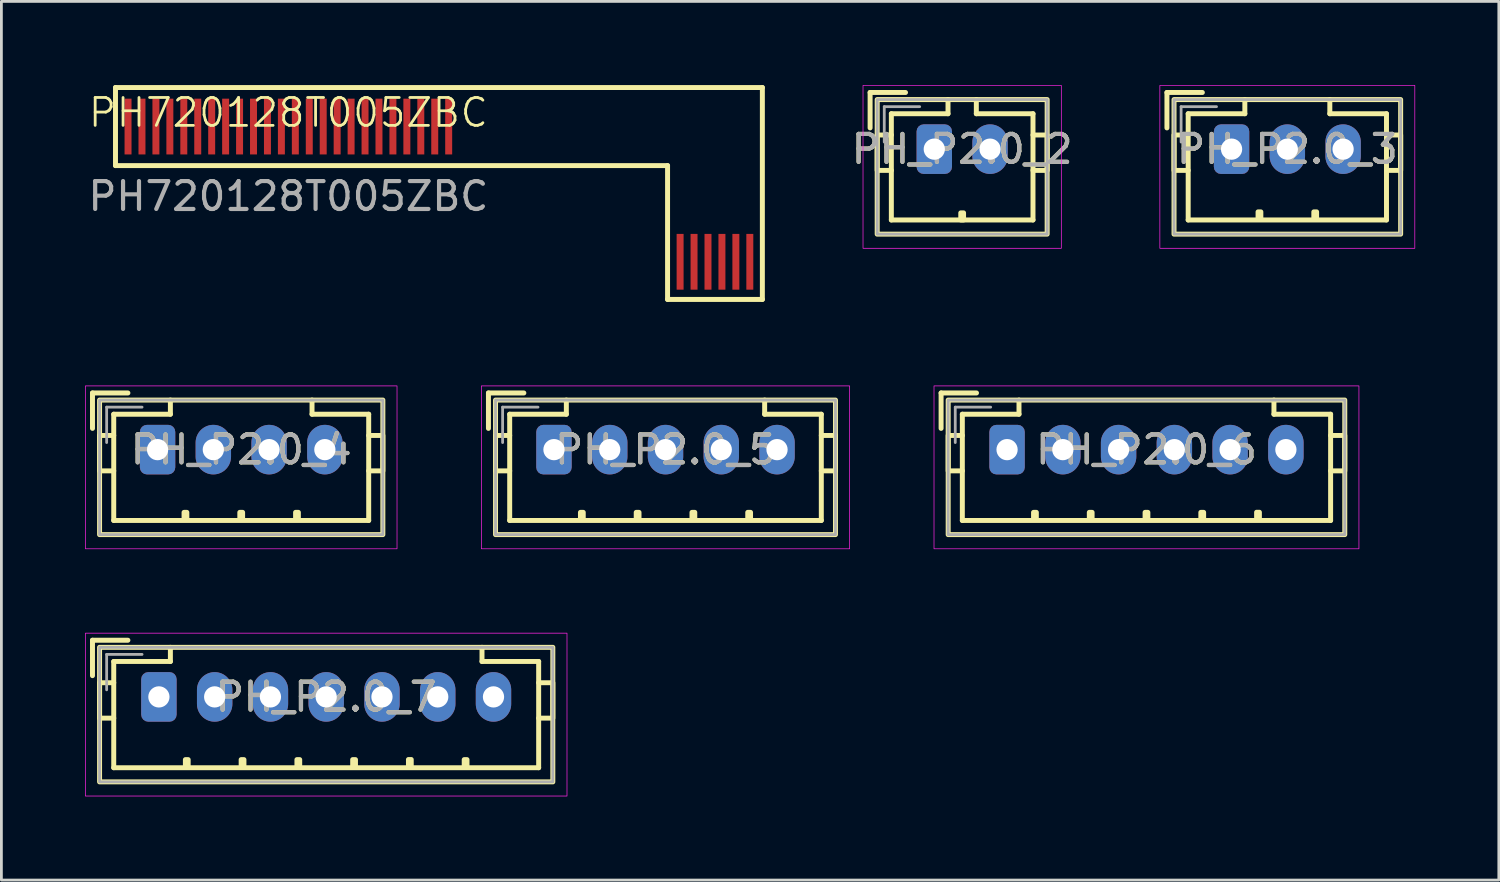
<source format=kicad_pcb>
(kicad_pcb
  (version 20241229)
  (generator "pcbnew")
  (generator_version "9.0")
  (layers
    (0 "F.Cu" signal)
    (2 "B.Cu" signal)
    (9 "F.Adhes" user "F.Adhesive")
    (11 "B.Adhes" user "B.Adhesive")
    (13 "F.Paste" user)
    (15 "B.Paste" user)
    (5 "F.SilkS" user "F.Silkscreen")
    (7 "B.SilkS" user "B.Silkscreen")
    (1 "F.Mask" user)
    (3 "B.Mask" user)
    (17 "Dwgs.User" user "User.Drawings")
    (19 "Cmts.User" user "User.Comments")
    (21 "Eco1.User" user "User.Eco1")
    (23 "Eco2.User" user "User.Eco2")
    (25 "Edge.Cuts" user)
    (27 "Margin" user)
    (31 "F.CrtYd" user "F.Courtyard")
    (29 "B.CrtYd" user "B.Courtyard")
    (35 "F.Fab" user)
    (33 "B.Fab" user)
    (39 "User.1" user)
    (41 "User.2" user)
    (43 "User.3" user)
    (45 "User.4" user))
  (footprint "PH_P2.0_6"
    (layer "F.Cu")
    (at 38.068 13.076)
    (property "Reference" "PH_P2.0_6" (at 0 0 0) (layer "F.SilkS") (effects (font (size 1 1) (thickness 0.15))))
    (attr through_hole)
    (fp_line (start -7.366 -2.032) (end -7.366 -0.762) (stroke (width 0.178) (type solid)) (layer "F.SilkS"))
    (fp_line (start -7.366 -2.032) (end -6.096 -2.032) (stroke (width 0.178) (type solid)) (layer "F.SilkS"))
    (fp_line (start -6.604 -1.27) (end -6.604 -0.508) (stroke (width 0.178) (type solid)) (layer "F.SilkS"))
    (fp_line (start -6.604 0.762) (end -6.604 2.54) (stroke (width 0.178) (type solid)) (layer "F.SilkS"))
    (fp_line (start -4.572 -1.778) (end -4.572 -1.27) (stroke (width 0.178) (type solid)) (layer "F.SilkS"))
    (fp_line (start -4.572 -1.27) (end -6.604 -1.27) (stroke (width 0.178) (type solid)) (layer "F.SilkS"))
    (fp_line (start 4.572 -1.778) (end 4.572 -1.27) (stroke (width 0.178) (type solid)) (layer "F.SilkS"))
    (fp_line (start 4.572 -1.27) (end 6.604 -1.27) (stroke (width 0.178) (type solid)) (layer "F.SilkS"))
    (fp_line (start 6.604 -1.27) (end 6.604 -0.508) (stroke (width 0.178) (type solid)) (layer "F.SilkS"))
    (fp_line (start 6.604 0.762) (end 6.604 2.54) (stroke (width 0.178) (type solid)) (layer "F.SilkS"))
    (fp_line (start 6.604 2.54) (end -6.604 2.54) (stroke (width 0.178) (type solid)) (layer "F.SilkS"))
    (fp_rect (start -7.112 -1.778) (end 7.112 3.048) (stroke (width 0.178) (type solid)) (fill no) (layer "F.SilkS"))
    (fp_rect (start -7.112 -0.508) (end -6.604 0.762) (stroke (width 0.178) (type solid)) (fill no) (layer "F.SilkS"))
    (fp_rect (start -4.05 2.25) (end -3.95 2.504) (stroke (width 0.178) (type solid)) (fill no) (layer "F.SilkS"))
    (fp_rect (start -2.05 2.25) (end -1.95 2.504) (stroke (width 0.178) (type solid)) (fill no) (layer "F.SilkS"))
    (fp_rect (start -0.05 2.25) (end 0.05 2.504) (stroke (width 0.178) (type solid)) (fill no) (layer "F.SilkS"))
    (fp_rect (start 1.95 2.25) (end 2.05 2.504) (stroke (width 0.178) (type solid)) (fill no) (layer "F.SilkS"))
    (fp_rect (start 3.95 2.246) (end 4.05 2.5) (stroke (width 0.178) (type solid)) (fill no) (layer "F.SilkS"))
    (fp_rect (start 6.604 -0.508) (end 7.112 0.762) (stroke (width 0.178) (type solid)) (fill no) (layer "F.SilkS"))
    (fp_rect (start -7.62 -2.286) (end 7.62 3.556) (stroke (width 0.025) (type solid)) (fill no) (layer "F.CrtYd"))
    (fp_line (start -6.858 -1.524) (end -6.858 -0.254) (stroke (width 0.1) (type solid)) (layer "F.Fab"))
    (fp_line (start -5.588 -1.524) (end -6.858 -1.524) (stroke (width 0.1) (type solid)) (layer "F.Fab"))
    (fp_rect (start -7.112 -1.778) (end 7.112 3.048) (stroke (width 0.1) (type solid)) (fill no) (layer "F.Fab"))
    (fp_text user "${REFERENCE}" (at 0 0 0) (layer "F.Fab") (effects (font (size 1 1) (thickness 0.15))))
    (pad "1" thru_hole roundrect (at -5 0) (size 1.27 1.778) (drill 0.762) (layers "*.Cu" "*.Mask") (roundrect_rratio 0.2))
    (pad "2" thru_hole oval (at -3 0) (size 1.27 1.778) (drill 0.762) (layers "*.Cu" "*.Mask"))
    (pad "3" thru_hole oval (at -1 0) (size 1.27 1.778) (drill 0.762) (layers "*.Cu" "*.Mask"))
    (pad "4" thru_hole oval (at 1 0) (size 1.27 1.778) (drill 0.762) (layers "*.Cu" "*.Mask"))
    (pad "5" thru_hole oval (at 3 0) (size 1.27 1.778) (drill 0.762) (layers "*.Cu" "*.Mask"))
    (pad "6" thru_hole oval (at 5 0) (size 1.27 1.778) (drill 0.762) (layers "*.Cu" "*.Mask")))
  (footprint "PH_P2.0_3"
    (layer "F.Cu")
    (at 43.12 2.299)
    (property "Reference" "PH_P2.0_3" (at 0 0 0) (layer "F.SilkS") (effects (font (size 1 1) (thickness 0.15))))
    (attr through_hole)
    (fp_line (start -4.318 -2.032) (end -4.318 -0.762) (stroke (width 0.178) (type solid)) (layer "F.SilkS"))
    (fp_line (start -4.318 -2.032) (end -3.048 -2.032) (stroke (width 0.178) (type solid)) (layer "F.SilkS"))
    (fp_line (start -3.556 -1.27) (end -3.556 -0.508) (stroke (width 0.178) (type solid)) (layer "F.SilkS"))
    (fp_line (start -3.556 0.762) (end -3.556 2.54) (stroke (width 0.178) (type solid)) (layer "F.SilkS"))
    (fp_line (start -1.524 -1.778) (end -1.524 -1.27) (stroke (width 0.178) (type solid)) (layer "F.SilkS"))
    (fp_line (start -1.524 -1.27) (end -3.556 -1.27) (stroke (width 0.178) (type solid)) (layer "F.SilkS"))
    (fp_line (start 1.524 -1.778) (end 1.524 -1.27) (stroke (width 0.178) (type solid)) (layer "F.SilkS"))
    (fp_line (start 1.524 -1.27) (end 3.556 -1.27) (stroke (width 0.178) (type solid)) (layer "F.SilkS"))
    (fp_line (start 3.556 -1.27) (end 3.556 -0.508) (stroke (width 0.178) (type solid)) (layer "F.SilkS"))
    (fp_line (start 3.556 0.762) (end 3.556 2.54) (stroke (width 0.178) (type solid)) (layer "F.SilkS"))
    (fp_line (start 3.556 2.54) (end -3.556 2.54) (stroke (width 0.178) (type solid)) (layer "F.SilkS"))
    (fp_rect (start -4.064 -1.778) (end 4.064 3.048) (stroke (width 0.178) (type solid)) (fill no) (layer "F.SilkS"))
    (fp_rect (start -4.064 -0.508) (end -3.556 0.762) (stroke (width 0.178) (type solid)) (fill no) (layer "F.SilkS"))
    (fp_rect (start -1.05 2.25) (end -0.95 2.504) (stroke (width 0.178) (type solid)) (fill no) (layer "F.SilkS"))
    (fp_rect (start 0.95 2.25) (end 1.05 2.504) (stroke (width 0.178) (type solid)) (fill no) (layer "F.SilkS"))
    (fp_rect (start 3.556 -0.508) (end 4.064 0.762) (stroke (width 0.178) (type solid)) (fill no) (layer "F.SilkS"))
    (fp_rect (start -4.572 -2.286) (end 4.572 3.556) (stroke (width 0.025) (type solid)) (fill no) (layer "F.CrtYd"))
    (fp_line (start -3.81 -1.524) (end -3.81 -0.254) (stroke (width 0.1) (type solid)) (layer "F.Fab"))
    (fp_line (start -2.54 -1.524) (end -3.81 -1.524) (stroke (width 0.1) (type solid)) (layer "F.Fab"))
    (fp_rect (start -4.064 -1.778) (end 4.064 3.048) (stroke (width 0.1) (type solid)) (fill no) (layer "F.Fab"))
    (fp_text user "${REFERENCE}" (at 0 0 0) (layer "F.Fab") (effects (font (size 1 1) (thickness 0.15))))
    (pad "1" thru_hole roundrect (at -2 0) (size 1.27 1.778) (drill 0.762) (layers "*.Cu" "*.Mask") (roundrect_rratio 0.2))
    (pad "2" thru_hole oval (at 0 0) (size 1.27 1.778) (drill 0.762) (layers "*.Cu" "*.Mask"))
    (pad "3" thru_hole oval (at 2 0) (size 1.27 1.778) (drill 0.762) (layers "*.Cu" "*.Mask")))
  (footprint "PH720128T005ZBC"
    (layer "F.Cu")
    (at 7.292 1.489)
    (property "Reference" "PH720128T005ZBC" (at 0 -0.5 0) (unlocked yes) (layer "F.SilkS") (effects (font (size 1 1) (thickness 0.1))))
    (attr smd)
    (fp_line (start -6.2 -1.4) (end -6.2 1.4) (stroke (width 0.178) (type solid)) (layer "F.SilkS"))
    (fp_line (start -6.2 1.4) (end 13.6 1.4) (stroke (width 0.178) (type solid)) (layer "F.SilkS"))
    (fp_line (start 13.6 1.4) (end 13.6 6.2) (stroke (width 0.178) (type solid)) (layer "F.SilkS"))
    (fp_line (start 13.6 6.2) (end 17 6.2) (stroke (width 0.178) (type solid)) (layer "F.SilkS"))
    (fp_line (start 17 -1.4) (end -6.2 -1.4) (stroke (width 0.178) (type solid)) (layer "F.SilkS"))
    (fp_line (start 17 6.2) (end 17 -1.4) (stroke (width 0.178) (type solid)) (layer "F.SilkS"))
    (fp_text user "${REFERENCE}" (at 0 2.5 0) (unlocked yes) (layer "F.Fab") (effects (font (size 1 1) (thickness 0.15))))
    (pad "A1" smd rect (at -5.75 0) (size 0.25 2) (layers "F.Cu" "F.Mask" "F.Paste"))
    (pad "A2" smd rect (at -5.25 0) (size 0.25 2) (layers "F.Cu" "F.Mask" "F.Paste"))
    (pad "A3" smd rect (at -4.75 0) (size 0.25 2) (layers "F.Cu" "F.Mask" "F.Paste"))
    (pad "A4" smd rect (at -4.25 0) (size 0.25 2) (layers "F.Cu" "F.Mask" "F.Paste"))
    (pad "A5" smd rect (at -3.75 0) (size 0.25 2) (layers "F.Cu" "F.Mask" "F.Paste"))
    (pad "A6" smd rect (at -3.25 0) (size 0.25 2) (layers "F.Cu" "F.Mask" "F.Paste"))
    (pad "A7" smd rect (at -2.75 0) (size 0.25 2) (layers "F.Cu" "F.Mask" "F.Paste"))
    (pad "A8" smd rect (at -2.25 0) (size 0.25 2) (layers "F.Cu" "F.Mask" "F.Paste"))
    (pad "A9" smd rect (at -1.75 0) (size 0.25 2) (layers "F.Cu" "F.Mask" "F.Paste"))
    (pad "A10" smd rect (at -1.25 0) (size 0.25 2) (layers "F.Cu" "F.Mask" "F.Paste"))
    (pad "A11" smd rect (at -0.75 0) (size 0.25 2) (layers "F.Cu" "F.Mask" "F.Paste"))
    (pad "A12" smd rect (at -0.25 0) (size 0.25 2) (layers "F.Cu" "F.Mask" "F.Paste"))
    (pad "A13" smd rect (at 0.25 0) (size 0.25 2) (layers "F.Cu" "F.Mask" "F.Paste"))
    (pad "A14" smd rect (at 0.75 0) (size 0.25 2) (layers "F.Cu" "F.Mask" "F.Paste"))
    (pad "A15" smd rect (at 1.25 0) (size 0.25 2) (layers "F.Cu" "F.Mask" "F.Paste"))
    (pad "A16" smd rect (at 1.75 0) (size 0.25 2) (layers "F.Cu" "F.Mask" "F.Paste"))
    (pad "A17" smd rect (at 2.25 0) (size 0.25 2) (layers "F.Cu" "F.Mask" "F.Paste"))
    (pad "A18" smd rect (at 2.75 0) (size 0.25 2) (layers "F.Cu" "F.Mask" "F.Paste"))
    (pad "A19" smd rect (at 3.25 0) (size 0.25 2) (layers "F.Cu" "F.Mask" "F.Paste"))
    (pad "A20" smd rect (at 3.75 0) (size 0.25 2) (layers "F.Cu" "F.Mask" "F.Paste"))
    (pad "A21" smd rect (at 4.25 0) (size 0.25 2) (layers "F.Cu" "F.Mask" "F.Paste"))
    (pad "A22" smd rect (at 4.75 0) (size 0.25 2) (layers "F.Cu" "F.Mask" "F.Paste"))
    (pad "A23" smd rect (at 5.25 0) (size 0.25 2) (layers "F.Cu" "F.Mask" "F.Paste"))
    (pad "A24" smd rect (at 5.75 0) (size 0.25 2) (layers "F.Cu" "F.Mask" "F.Paste"))
    (pad "B1" smd rect (at 14.05 4.85) (size 0.25 2) (layers "F.Cu" "F.Mask" "F.Paste"))
    (pad "B2" smd rect (at 14.55 4.85) (size 0.25 2) (layers "F.Cu" "F.Mask" "F.Paste"))
    (pad "B3" smd rect (at 15.05 4.85) (size 0.25 2) (layers "F.Cu" "F.Mask" "F.Paste"))
    (pad "B4" smd rect (at 15.55 4.85) (size 0.25 2) (layers "F.Cu" "F.Mask" "F.Paste"))
    (pad "B5" smd rect (at 16.05 4.85) (size 0.25 2) (layers "F.Cu" "F.Mask" "F.Paste"))
    (pad "B6" smd rect (at 16.55 4.85) (size 0.25 2) (layers "F.Cu" "F.Mask" "F.Paste")))
  (footprint "PH_P2.0_2"
    (layer "F.Cu")
    (at 31.458 2.299)
    (property "Reference" "PH_P2.0_2" (at 0 0 0) (layer "F.SilkS") (effects (font (size 1 1) (thickness 0.15))))
    (attr through_hole)
    (fp_line (start -3.302 -2.032) (end -3.302 -0.762) (stroke (width 0.178) (type solid)) (layer "F.SilkS"))
    (fp_line (start -3.302 -2.032) (end -2.032 -2.032) (stroke (width 0.178) (type solid)) (layer "F.SilkS"))
    (fp_line (start -2.54 -1.27) (end -2.54 -0.508) (stroke (width 0.178) (type solid)) (layer "F.SilkS"))
    (fp_line (start -2.54 0.762) (end -2.54 2.54) (stroke (width 0.178) (type solid)) (layer "F.SilkS"))
    (fp_line (start -0.508 -1.778) (end -0.508 -1.27) (stroke (width 0.178) (type solid)) (layer "F.SilkS"))
    (fp_line (start -0.508 -1.27) (end -2.54 -1.27) (stroke (width 0.178) (type solid)) (layer "F.SilkS"))
    (fp_line (start 0.508 -1.778) (end 0.508 -1.27) (stroke (width 0.178) (type solid)) (layer "F.SilkS"))
    (fp_line (start 0.508 -1.27) (end 2.54 -1.27) (stroke (width 0.178) (type solid)) (layer "F.SilkS"))
    (fp_line (start 2.54 -1.27) (end 2.54 -0.508) (stroke (width 0.178) (type solid)) (layer "F.SilkS"))
    (fp_line (start 2.54 0.762) (end 2.54 2.54) (stroke (width 0.178) (type solid)) (layer "F.SilkS"))
    (fp_line (start 2.54 2.54) (end -2.54 2.54) (stroke (width 0.178) (type solid)) (layer "F.SilkS"))
    (fp_rect (start -3.048 -1.778) (end 3.048 3.048) (stroke (width 0.178) (type solid)) (fill no) (layer "F.SilkS"))
    (fp_rect (start -3.048 -0.508) (end -2.54 0.762) (stroke (width 0.178) (type solid)) (fill no) (layer "F.SilkS"))
    (fp_rect (start -0.05 2.286) (end 0.05 2.54) (stroke (width 0.178) (type solid)) (fill no) (layer "F.SilkS"))
    (fp_rect (start 2.54 -0.508) (end 3.048 0.762) (stroke (width 0.178) (type solid)) (fill no) (layer "F.SilkS"))
    (fp_rect (start -3.556 -2.286) (end 3.556 3.556) (stroke (width 0.025) (type solid)) (fill no) (layer "F.CrtYd"))
    (fp_line (start -2.794 -1.524) (end -2.794 -0.254) (stroke (width 0.1) (type solid)) (layer "F.Fab"))
    (fp_line (start -1.524 -1.524) (end -2.794 -1.524) (stroke (width 0.1) (type solid)) (layer "F.Fab"))
    (fp_rect (start -3.048 -1.778) (end 3.048 3.048) (stroke (width 0.1) (type solid)) (fill no) (layer "F.Fab"))
    (fp_text user "${REFERENCE}" (at 0 0 0) (layer "F.Fab") (effects (font (size 1 1) (thickness 0.15))))
    (pad "1" thru_hole roundrect (at -1 0) (size 1.27 1.778) (drill 0.762) (layers "*.Cu" "*.Mask") (roundrect_rratio 0.2))
    (pad "2" thru_hole oval (at 1 0) (size 1.27 1.778) (drill 0.762) (layers "*.Cu" "*.Mask")))
  (footprint "PH_P2.0_4"
    (layer "F.Cu")
    (at 5.601 13.076)
    (property "Reference" "PH_P2.0_4" (at 0 0 0) (layer "F.SilkS") (effects (font (size 1 1) (thickness 0.15))))
    (attr through_hole)
    (fp_line (start -5.334 -2.032) (end -5.334 -0.762) (stroke (width 0.178) (type solid)) (layer "F.SilkS"))
    (fp_line (start -5.334 -2.032) (end -4.064 -2.032) (stroke (width 0.178) (type solid)) (layer "F.SilkS"))
    (fp_line (start -4.572 -1.27) (end -4.572 -0.508) (stroke (width 0.178) (type solid)) (layer "F.SilkS"))
    (fp_line (start -4.572 0.762) (end -4.572 2.54) (stroke (width 0.178) (type solid)) (layer "F.SilkS"))
    (fp_line (start -2.54 -1.778) (end -2.54 -1.27) (stroke (width 0.178) (type solid)) (layer "F.SilkS"))
    (fp_line (start -2.54 -1.27) (end -4.572 -1.27) (stroke (width 0.178) (type solid)) (layer "F.SilkS"))
    (fp_line (start 2.54 -1.778) (end 2.54 -1.27) (stroke (width 0.178) (type solid)) (layer "F.SilkS"))
    (fp_line (start 2.54 -1.27) (end 4.572 -1.27) (stroke (width 0.178) (type solid)) (layer "F.SilkS"))
    (fp_line (start 4.572 -1.27) (end 4.572 -0.508) (stroke (width 0.178) (type solid)) (layer "F.SilkS"))
    (fp_line (start 4.572 0.762) (end 4.572 2.54) (stroke (width 0.178) (type solid)) (layer "F.SilkS"))
    (fp_line (start 4.572 2.54) (end -4.572 2.54) (stroke (width 0.178) (type solid)) (layer "F.SilkS"))
    (fp_rect (start -5.08 -1.778) (end 5.08 3.048) (stroke (width 0.178) (type solid)) (fill no) (layer "F.SilkS"))
    (fp_rect (start -5.08 -0.508) (end -4.572 0.762) (stroke (width 0.178) (type solid)) (fill no) (layer "F.SilkS"))
    (fp_rect (start -2.05 2.25) (end -1.95 2.504) (stroke (width 0.178) (type solid)) (fill no) (layer "F.SilkS"))
    (fp_rect (start -0.05 2.25) (end 0.05 2.504) (stroke (width 0.178) (type solid)) (fill no) (layer "F.SilkS"))
    (fp_rect (start 1.95 2.25) (end 2.05 2.504) (stroke (width 0.178) (type solid)) (fill no) (layer "F.SilkS"))
    (fp_rect (start 4.572 -0.508) (end 5.08 0.762) (stroke (width 0.178) (type solid)) (fill no) (layer "F.SilkS"))
    (fp_rect (start -5.588 -2.286) (end 5.588 3.556) (stroke (width 0.025) (type solid)) (fill no) (layer "F.CrtYd"))
    (fp_line (start -4.826 -1.524) (end -4.826 -0.254) (stroke (width 0.1) (type solid)) (layer "F.Fab"))
    (fp_line (start -3.556 -1.524) (end -4.826 -1.524) (stroke (width 0.1) (type solid)) (layer "F.Fab"))
    (fp_rect (start -5.08 -1.778) (end 5.08 3.048) (stroke (width 0.1) (type solid)) (fill no) (layer "F.Fab"))
    (fp_text user "${REFERENCE}" (at 0 0 0) (layer "F.Fab") (effects (font (size 1 1) (thickness 0.15))))
    (pad "1" thru_hole roundrect (at -3 0) (size 1.27 1.778) (drill 0.762) (layers "*.Cu" "*.Mask") (roundrect_rratio 0.2))
    (pad "2" thru_hole oval (at -1 0) (size 1.27 1.778) (drill 0.762) (layers "*.Cu" "*.Mask"))
    (pad "3" thru_hole oval (at 1 0) (size 1.27 1.778) (drill 0.762) (layers "*.Cu" "*.Mask"))
    (pad "4" thru_hole oval (at 3 0) (size 1.27 1.778) (drill 0.762) (layers "*.Cu" "*.Mask")))
  (footprint "PH_P2.0_7"
    (layer "F.Cu")
    (at 8.649 21.944)
    (property "Reference" "PH_P2.0_7" (at 0 0 0) (layer "F.SilkS") (effects (font (size 1 1) (thickness 0.15))))
    (attr through_hole)
    (fp_line (start -8.382 -2.032) (end -8.382 -0.762) (stroke (width 0.178) (type solid)) (layer "F.SilkS"))
    (fp_line (start -8.382 -2.032) (end -7.112 -2.032) (stroke (width 0.178) (type solid)) (layer "F.SilkS"))
    (fp_line (start -7.62 -1.27) (end -7.62 -0.508) (stroke (width 0.178) (type solid)) (layer "F.SilkS"))
    (fp_line (start -7.62 0.762) (end -7.62 2.54) (stroke (width 0.178) (type solid)) (layer "F.SilkS"))
    (fp_line (start -5.588 -1.778) (end -5.588 -1.27) (stroke (width 0.178) (type solid)) (layer "F.SilkS"))
    (fp_line (start -5.588 -1.27) (end -7.62 -1.27) (stroke (width 0.178) (type solid)) (layer "F.SilkS"))
    (fp_line (start 5.588 -1.778) (end 5.588 -1.27) (stroke (width 0.178) (type solid)) (layer "F.SilkS"))
    (fp_line (start 5.588 -1.27) (end 7.62 -1.27) (stroke (width 0.178) (type solid)) (layer "F.SilkS"))
    (fp_line (start 7.62 -1.27) (end 7.62 -0.508) (stroke (width 0.178) (type solid)) (layer "F.SilkS"))
    (fp_line (start 7.62 0.762) (end 7.62 2.54) (stroke (width 0.178) (type solid)) (layer "F.SilkS"))
    (fp_line (start 7.62 2.54) (end -7.62 2.54) (stroke (width 0.178) (type solid)) (layer "F.SilkS"))
    (fp_rect (start -8.128 -1.778) (end 8.128 3.048) (stroke (width 0.178) (type solid)) (fill no) (layer "F.SilkS"))
    (fp_rect (start -8.128 -0.508) (end -7.62 0.762) (stroke (width 0.178) (type solid)) (fill no) (layer "F.SilkS"))
    (fp_rect (start -5.05 2.25) (end -4.95 2.504) (stroke (width 0.178) (type solid)) (fill no) (layer "F.SilkS"))
    (fp_rect (start -3.05 2.25) (end -2.95 2.504) (stroke (width 0.178) (type solid)) (fill no) (layer "F.SilkS"))
    (fp_rect (start -1.05 2.25) (end -0.95 2.504) (stroke (width 0.178) (type solid)) (fill no) (layer "F.SilkS"))
    (fp_rect (start 0.95 2.25) (end 1.05 2.504) (stroke (width 0.178) (type solid)) (fill no) (layer "F.SilkS"))
    (fp_rect (start 2.95 2.246) (end 3.05 2.5) (stroke (width 0.178) (type solid)) (fill no) (layer "F.SilkS"))
    (fp_rect (start 4.95 2.25) (end 5.05 2.504) (stroke (width 0.178) (type solid)) (fill no) (layer "F.SilkS"))
    (fp_rect (start 7.62 -0.508) (end 8.128 0.762) (stroke (width 0.178) (type solid)) (fill no) (layer "F.SilkS"))
    (fp_rect (start -8.636 -2.286) (end 8.636 3.556) (stroke (width 0.025) (type solid)) (fill no) (layer "F.CrtYd"))
    (fp_line (start -7.874 -1.524) (end -7.874 -0.254) (stroke (width 0.1) (type solid)) (layer "F.Fab"))
    (fp_line (start -6.604 -1.524) (end -7.874 -1.524) (stroke (width 0.1) (type solid)) (layer "F.Fab"))
    (fp_rect (start -8.128 -1.778) (end 8.128 3.048) (stroke (width 0.1) (type solid)) (fill no) (layer "F.Fab"))
    (fp_text user "${REFERENCE}" (at 0 0 0) (layer "F.Fab") (effects (font (size 1 1) (thickness 0.15))))
    (pad "1" thru_hole roundrect (at -6 0) (size 1.27 1.778) (drill 0.762) (layers "*.Cu" "*.Mask") (roundrect_rratio 0.2))
    (pad "2" thru_hole oval (at -4 0) (size 1.27 1.778) (drill 0.762) (layers "*.Cu" "*.Mask"))
    (pad "3" thru_hole oval (at -2 0) (size 1.27 1.778) (drill 0.762) (layers "*.Cu" "*.Mask"))
    (pad "4" thru_hole oval (at 0 0) (size 1.27 1.778) (drill 0.762) (layers "*.Cu" "*.Mask"))
    (pad "5" thru_hole oval (at 2 0) (size 1.27 1.778) (drill 0.762) (layers "*.Cu" "*.Mask"))
    (pad "6" thru_hole oval (at 4 0) (size 1.27 1.778) (drill 0.762) (layers "*.Cu" "*.Mask"))
    (pad "7" thru_hole oval (at 6 0) (size 1.27 1.778) (drill 0.762) (layers "*.Cu" "*.Mask")))
  (footprint "PH_P2.0_5"
    (layer "F.Cu")
    (at 20.818 13.076)
    (property "Reference" "PH_P2.0_5" (at 0 0 0) (layer "F.SilkS") (effects (font (size 1 1) (thickness 0.15))))
    (attr through_hole)
    (fp_line (start -6.35 -2.032) (end -6.35 -0.762) (stroke (width 0.178) (type solid)) (layer "F.SilkS"))
    (fp_line (start -6.35 -2.032) (end -5.08 -2.032) (stroke (width 0.178) (type solid)) (layer "F.SilkS"))
    (fp_line (start -5.588 -1.27) (end -5.588 -0.508) (stroke (width 0.178) (type solid)) (layer "F.SilkS"))
    (fp_line (start -5.588 0.762) (end -5.588 2.54) (stroke (width 0.178) (type solid)) (layer "F.SilkS"))
    (fp_line (start -3.556 -1.778) (end -3.556 -1.27) (stroke (width 0.178) (type solid)) (layer "F.SilkS"))
    (fp_line (start -3.556 -1.27) (end -5.588 -1.27) (stroke (width 0.178) (type solid)) (layer "F.SilkS"))
    (fp_line (start 3.556 -1.778) (end 3.556 -1.27) (stroke (width 0.178) (type solid)) (layer "F.SilkS"))
    (fp_line (start 3.556 -1.27) (end 5.588 -1.27) (stroke (width 0.178) (type solid)) (layer "F.SilkS"))
    (fp_line (start 5.588 -1.27) (end 5.588 -0.508) (stroke (width 0.178) (type solid)) (layer "F.SilkS"))
    (fp_line (start 5.588 0.762) (end 5.588 2.54) (stroke (width 0.178) (type solid)) (layer "F.SilkS"))
    (fp_line (start 5.588 2.54) (end -5.588 2.54) (stroke (width 0.178) (type solid)) (layer "F.SilkS"))
    (fp_rect (start -6.096 -1.778) (end 6.096 3.048) (stroke (width 0.178) (type solid)) (fill no) (layer "F.SilkS"))
    (fp_rect (start -6.096 -0.508) (end -5.588 0.762) (stroke (width 0.178) (type solid)) (fill no) (layer "F.SilkS"))
    (fp_rect (start -3.05 2.25) (end -2.95 2.504) (stroke (width 0.178) (type solid)) (fill no) (layer "F.SilkS"))
    (fp_rect (start -1.05 2.25) (end -0.95 2.504) (stroke (width 0.178) (type solid)) (fill no) (layer "F.SilkS"))
    (fp_rect (start 0.95 2.25) (end 1.05 2.504) (stroke (width 0.178) (type solid)) (fill no) (layer "F.SilkS"))
    (fp_rect (start 2.95 2.25) (end 3.05 2.504) (stroke (width 0.178) (type solid)) (fill no) (layer "F.SilkS"))
    (fp_rect (start 5.588 -0.508) (end 6.096 0.762) (stroke (width 0.178) (type solid)) (fill no) (layer "F.SilkS"))
    (fp_rect (start -6.604 -2.286) (end 6.604 3.556) (stroke (width 0.025) (type solid)) (fill no) (layer "F.CrtYd"))
    (fp_line (start -5.842 -1.524) (end -5.842 -0.254) (stroke (width 0.1) (type solid)) (layer "F.Fab"))
    (fp_line (start -4.572 -1.524) (end -5.842 -1.524) (stroke (width 0.1) (type solid)) (layer "F.Fab"))
    (fp_rect (start -6.096 -1.778) (end 6.096 3.048) (stroke (width 0.1) (type solid)) (fill no) (layer "F.Fab"))
    (fp_text user "${REFERENCE}" (at 0 0 0) (layer "F.Fab") (effects (font (size 1 1) (thickness 0.15))))
    (pad "1" thru_hole roundrect (at -4 0) (size 1.27 1.778) (drill 0.762) (layers "*.Cu" "*.Mask") (roundrect_rratio 0.2))
    (pad "2" thru_hole oval (at -2 0) (size 1.27 1.778) (drill 0.762) (layers "*.Cu" "*.Mask"))
    (pad "3" thru_hole oval (at 0 0) (size 1.27 1.778) (drill 0.762) (layers "*.Cu" "*.Mask"))
    (pad "4" thru_hole oval (at 2 0) (size 1.27 1.778) (drill 0.762) (layers "*.Cu" "*.Mask"))
    (pad "5" thru_hole oval (at 4 0) (size 1.27 1.778) (drill 0.762) (layers "*.Cu" "*.Mask")))
  (gr_rect
    (start -3 -3)
    (end 50.705 28.513)
    (stroke (width 0.1) (type default))
    (fill no)
    (layer "Edge.Cuts")))
</source>
